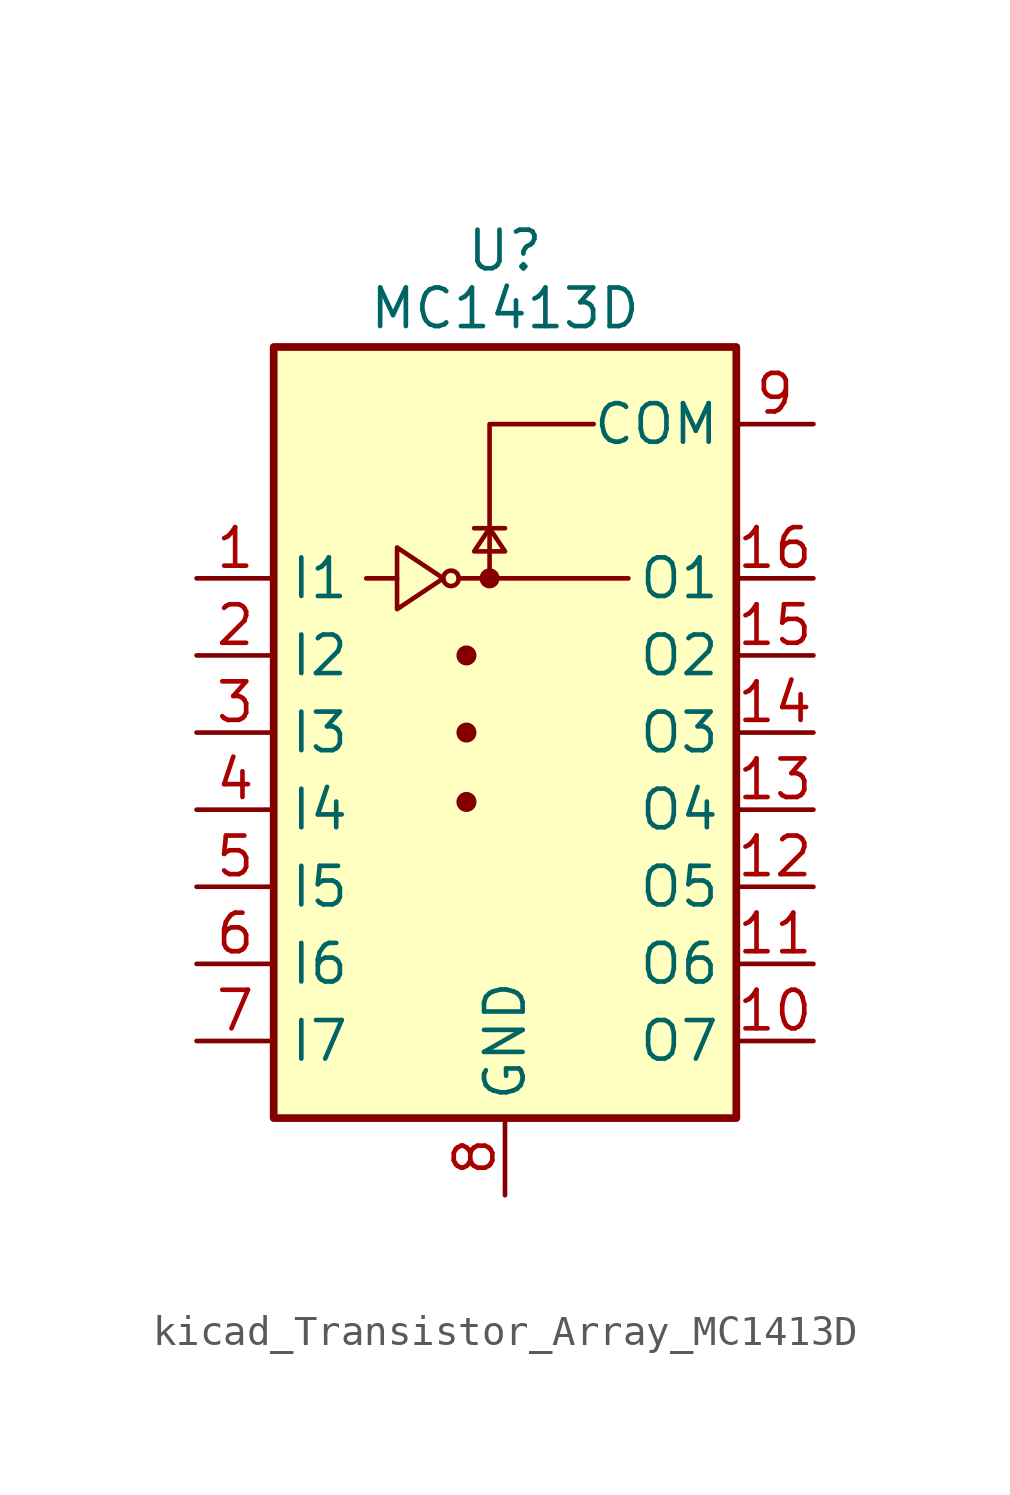
<source format=kicad_sym>
(kicad_symbol_lib
  (version 20220914)
  (generator kicad_symbol_editor)
  (symbol "kicad_Transistor_Array_MC1413D"
    (property "Reference" "U"
      (at 0 15.875 0)
      (effects (font (size 1.27 1.27))))
    (property "Value" "MC1413D"
      (at 0 13.97 0)
      (effects (font (size 1.27 1.27))))
    (symbol "kicad_Transistor_Array_MC1413D_0_1"
      (rectangle (start -7.62 -12.7) (end 7.62 12.7) (stroke (width 0.254) (type default)) (fill (type background)))
      (circle (center -1.778 5.08) (radius 0.254) (stroke (width 0) (type default)) (fill (type none)))
      (circle (center -1.27 -2.286) (radius 0.254) (stroke (width 0) (type default)) (fill (type outline)))
      (circle (center -1.27 0) (radius 0.254) (stroke (width 0) (type default)) (fill (type outline)))
      (circle (center -1.27 2.54) (radius 0.254) (stroke (width 0) (type default)) (fill (type outline)))
      (circle (center -0.508 5.08) (radius 0.254) (stroke (width 0) (type default)) (fill (type outline)))
      (polyline (pts (xy -4.572 5.08) (xy -3.556 5.08)) (stroke (width 0) (type default)) (fill (type none)))
      (polyline (pts (xy -1.524 5.08) (xy 4.064 5.08)) (stroke (width 0) (type default)) (fill (type none)))
      (polyline (pts (xy 0 6.731) (xy -1.016 6.731)) (stroke (width 0) (type default)) (fill (type none)))
      (polyline (pts (xy -0.508 5.08) (xy -0.508 10.16) (xy 2.921 10.16)) (stroke (width 0) (type default)) (fill (type none)))
      (polyline (pts (xy -3.556 6.096) (xy -3.556 4.064) (xy -2.032 5.08) (xy -3.556 6.096)) (stroke (width 0) (type default)) (fill (type none)))
      (polyline (pts (xy 0 5.969) (xy -1.016 5.969) (xy -0.508 6.731) (xy 0 5.969)) (stroke (width 0) (type default)) (fill (type none))))
    (symbol "kicad_Transistor_Array_MC1413D_1_1"
      (pin input line (at -10.16 5.08 0) (length 2.54) (name "I1" (effects (font (size 1.27 1.27)))) (number "1" (effects (font (size 1.27 1.27)))))
      (pin open_collector line (at 10.16 -10.16 180) (length 2.54) (name "O7" (effects (font (size 1.27 1.27)))) (number "10" (effects (font (size 1.27 1.27)))))
      (pin open_collector line (at 10.16 -7.62 180) (length 2.54) (name "O6" (effects (font (size 1.27 1.27)))) (number "11" (effects (font (size 1.27 1.27)))))
      (pin open_collector line (at 10.16 -5.08 180) (length 2.54) (name "O5" (effects (font (size 1.27 1.27)))) (number "12" (effects (font (size 1.27 1.27)))))
      (pin open_collector line (at 10.16 -2.54 180) (length 2.54) (name "O4" (effects (font (size 1.27 1.27)))) (number "13" (effects (font (size 1.27 1.27)))))
      (pin open_collector line (at 10.16 0 180) (length 2.54) (name "O3" (effects (font (size 1.27 1.27)))) (number "14" (effects (font (size 1.27 1.27)))))
      (pin open_collector line (at 10.16 2.54 180) (length 2.54) (name "O2" (effects (font (size 1.27 1.27)))) (number "15" (effects (font (size 1.27 1.27)))))
      (pin open_collector line (at 10.16 5.08 180) (length 2.54) (name "O1" (effects (font (size 1.27 1.27)))) (number "16" (effects (font (size 1.27 1.27)))))
      (pin input line (at -10.16 2.54 0) (length 2.54) (name "I2" (effects (font (size 1.27 1.27)))) (number "2" (effects (font (size 1.27 1.27)))))
      (pin input line (at -10.16 0 0) (length 2.54) (name "I3" (effects (font (size 1.27 1.27)))) (number "3" (effects (font (size 1.27 1.27)))))
      (pin input line (at -10.16 -2.54 0) (length 2.54) (name "I4" (effects (font (size 1.27 1.27)))) (number "4" (effects (font (size 1.27 1.27)))))
      (pin input line (at -10.16 -5.08 0) (length 2.54) (name "I5" (effects (font (size 1.27 1.27)))) (number "5" (effects (font (size 1.27 1.27)))))
      (pin input line (at -10.16 -7.62 0) (length 2.54) (name "I6" (effects (font (size 1.27 1.27)))) (number "6" (effects (font (size 1.27 1.27)))))
      (pin input line (at -10.16 -10.16 0) (length 2.54) (name "I7" (effects (font (size 1.27 1.27)))) (number "7" (effects (font (size 1.27 1.27)))))
      (pin power_in line (at 0 -15.24 90) (length 2.54) (name "GND" (effects (font (size 1.27 1.27)))) (number "8" (effects (font (size 1.27 1.27)))))
      (pin passive line (at 10.16 10.16 180) (length 2.54) (name "COM" (effects (font (size 1.27 1.27)))) (number "9" (effects (font (size 1.27 1.27))))))))
</source>
